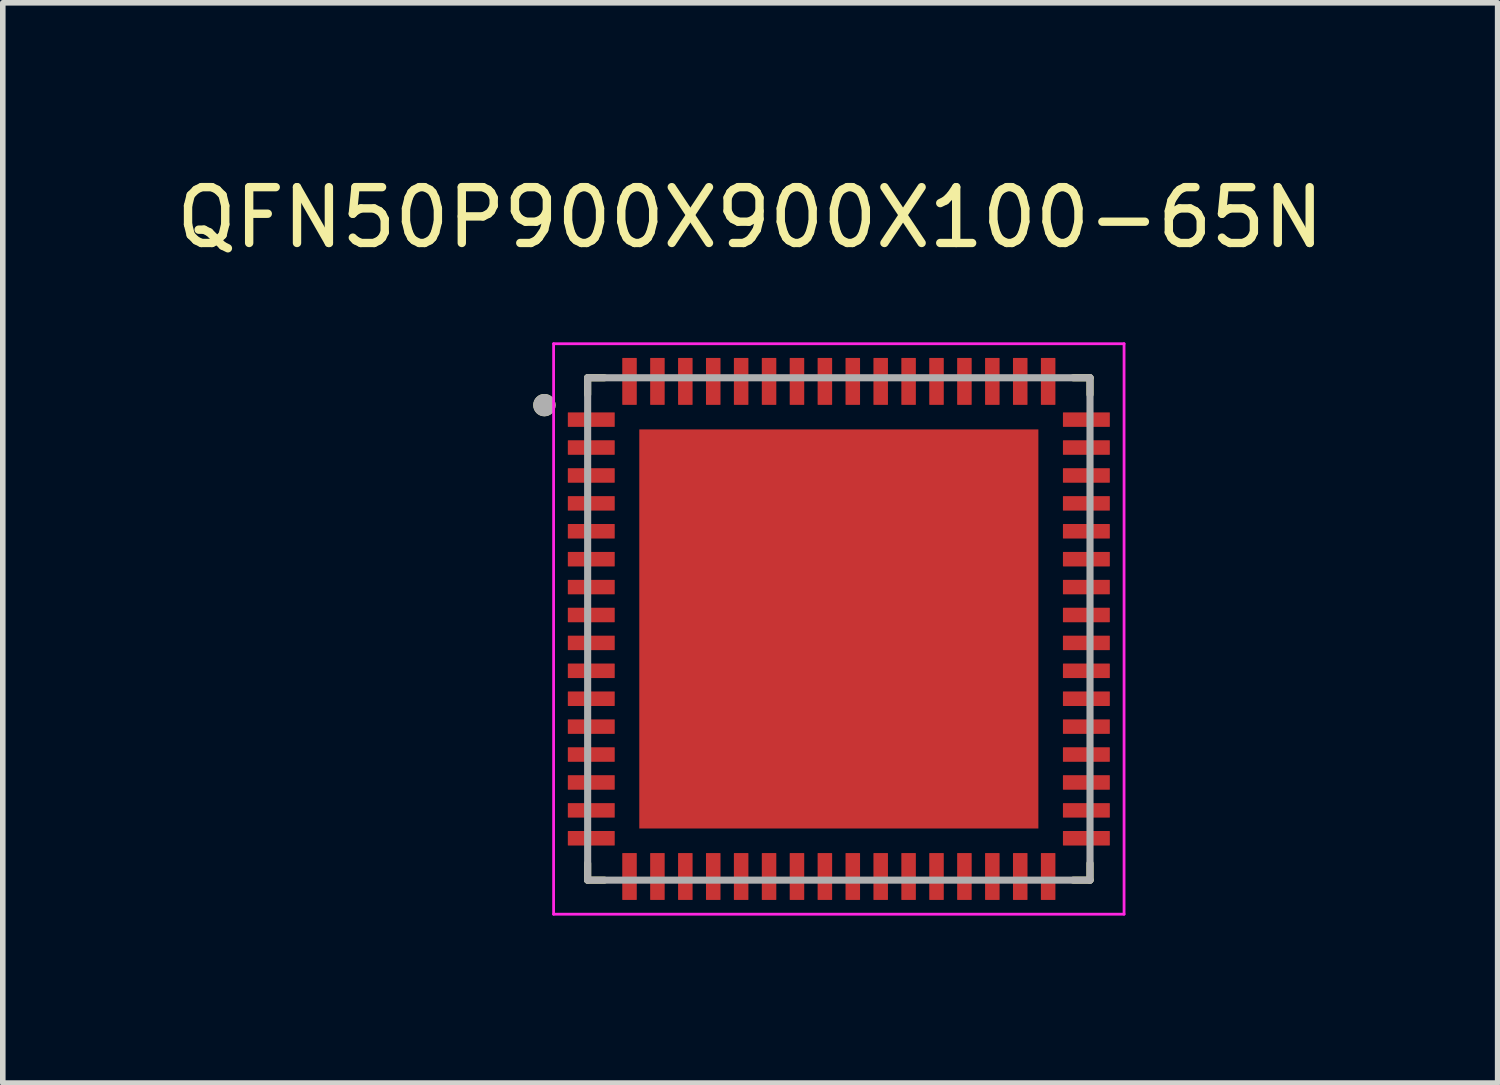
<source format=kicad_pcb>
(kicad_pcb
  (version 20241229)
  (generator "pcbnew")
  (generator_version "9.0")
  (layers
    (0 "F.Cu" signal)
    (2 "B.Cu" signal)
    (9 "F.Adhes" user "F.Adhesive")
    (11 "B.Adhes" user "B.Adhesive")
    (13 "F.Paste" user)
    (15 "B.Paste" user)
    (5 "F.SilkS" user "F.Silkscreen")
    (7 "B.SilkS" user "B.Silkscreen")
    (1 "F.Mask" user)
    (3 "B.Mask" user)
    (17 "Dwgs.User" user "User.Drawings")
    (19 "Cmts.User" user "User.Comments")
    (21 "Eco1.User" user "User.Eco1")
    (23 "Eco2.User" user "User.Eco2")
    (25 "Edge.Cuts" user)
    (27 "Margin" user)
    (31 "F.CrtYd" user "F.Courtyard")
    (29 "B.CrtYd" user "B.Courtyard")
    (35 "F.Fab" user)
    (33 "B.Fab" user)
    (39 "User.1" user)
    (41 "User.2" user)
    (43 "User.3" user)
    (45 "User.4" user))
  (footprint "QFN50P900X900X100-65N"
    (layer "F.Cu")
    (at 11.978 8.218)
    (property "Reference" "QFN50P900X900X100-65N" (at -1.588 -7.37 0) (layer "F.SilkS") (effects (font (size 1 1) (thickness 0.15))))
    (attr through_hole)
    (fp_line (start -4.5 -4.5) (end -4.5 -4.2) (stroke (width 0.127) (type solid)) (layer "F.SilkS"))
    (fp_line (start -4.5 4.5) (end -4.5 4.2) (stroke (width 0.127) (type solid)) (layer "F.SilkS"))
    (fp_line (start -4.2 -4.5) (end -4.5 -4.5) (stroke (width 0.127) (type solid)) (layer "F.SilkS"))
    (fp_line (start -4.2 4.5) (end -4.5 4.5) (stroke (width 0.127) (type solid)) (layer "F.SilkS"))
    (fp_line (start 4.2 -4.5) (end 4.5 -4.5) (stroke (width 0.127) (type solid)) (layer "F.SilkS"))
    (fp_line (start 4.2 4.5) (end 4.5 4.5) (stroke (width 0.127) (type solid)) (layer "F.SilkS"))
    (fp_line (start 4.5 -4.5) (end 4.5 -4.2) (stroke (width 0.127) (type solid)) (layer "F.SilkS"))
    (fp_line (start 4.5 4.5) (end 4.5 4.2) (stroke (width 0.127) (type solid)) (layer "F.SilkS"))
    (fp_circle (center -5.275 -4.01) (end -5.175 -4.01) (stroke (width 0.2) (type solid)) (fill no) (layer "F.SilkS"))
    (fp_poly (pts (xy -2.251 -2.25) (xy 2.25 -2.25) (xy 2.25 2.251) (xy -2.251 2.251)) (stroke (width 0.01) (type solid)) (fill yes) (layer "F.Paste"))
    (fp_line (start -5.11 -5.11) (end 5.11 -5.11) (stroke (width 0.05) (type solid)) (layer "F.CrtYd"))
    (fp_line (start -5.11 5.11) (end -5.11 -5.11) (stroke (width 0.05) (type solid)) (layer "F.CrtYd"))
    (fp_line (start -5.11 5.11) (end 5.11 5.11) (stroke (width 0.05) (type solid)) (layer "F.CrtYd"))
    (fp_line (start 5.11 5.11) (end 5.11 -5.11) (stroke (width 0.05) (type solid)) (layer "F.CrtYd"))
    (fp_line (start -4.5 4.5) (end -4.5 -4.5) (stroke (width 0.127) (type solid)) (layer "F.Fab"))
    (fp_line (start 4.5 -4.5) (end -4.5 -4.5) (stroke (width 0.127) (type solid)) (layer "F.Fab"))
    (fp_line (start 4.5 4.5) (end -4.5 4.5) (stroke (width 0.127) (type solid)) (layer "F.Fab"))
    (fp_line (start 4.5 4.5) (end 4.5 -4.5) (stroke (width 0.127) (type solid)) (layer "F.Fab"))
    (fp_circle (center -5.275 -4.01) (end -5.175 -4.01) (stroke (width 0.2) (type solid)) (fill no) (layer "F.Fab"))
    (pad "1" smd roundrect (at -4.435 -3.75) (size 0.84 0.26) (layers "F.Cu" "F.Mask" "F.Paste") (roundrect_rratio 0.03))
    (pad "2" smd roundrect (at -4.435 -3.25) (size 0.84 0.26) (layers "F.Cu" "F.Mask" "F.Paste") (roundrect_rratio 0.03))
    (pad "3" smd roundrect (at -4.435 -2.75) (size 0.84 0.26) (layers "F.Cu" "F.Mask" "F.Paste") (roundrect_rratio 0.03))
    (pad "4" smd roundrect (at -4.435 -2.25) (size 0.84 0.26) (layers "F.Cu" "F.Mask" "F.Paste") (roundrect_rratio 0.03))
    (pad "5" smd roundrect (at -4.435 -1.75) (size 0.84 0.26) (layers "F.Cu" "F.Mask" "F.Paste") (roundrect_rratio 0.03))
    (pad "6" smd roundrect (at -4.435 -1.25) (size 0.84 0.26) (layers "F.Cu" "F.Mask" "F.Paste") (roundrect_rratio 0.03))
    (pad "7" smd roundrect (at -4.435 -0.75) (size 0.84 0.26) (layers "F.Cu" "F.Mask" "F.Paste") (roundrect_rratio 0.03))
    (pad "8" smd roundrect (at -4.435 -0.25) (size 0.84 0.26) (layers "F.Cu" "F.Mask" "F.Paste") (roundrect_rratio 0.03))
    (pad "9" smd roundrect (at -4.435 0.25) (size 0.84 0.26) (layers "F.Cu" "F.Mask" "F.Paste") (roundrect_rratio 0.03))
    (pad "10" smd roundrect (at -4.435 0.75) (size 0.84 0.26) (layers "F.Cu" "F.Mask" "F.Paste") (roundrect_rratio 0.03))
    (pad "11" smd roundrect (at -4.435 1.25) (size 0.84 0.26) (layers "F.Cu" "F.Mask" "F.Paste") (roundrect_rratio 0.03))
    (pad "12" smd roundrect (at -4.435 1.75) (size 0.84 0.26) (layers "F.Cu" "F.Mask" "F.Paste") (roundrect_rratio 0.03))
    (pad "13" smd roundrect (at -4.435 2.25) (size 0.84 0.26) (layers "F.Cu" "F.Mask" "F.Paste") (roundrect_rratio 0.03))
    (pad "14" smd roundrect (at -4.435 2.75) (size 0.84 0.26) (layers "F.Cu" "F.Mask" "F.Paste") (roundrect_rratio 0.03))
    (pad "15" smd roundrect (at -4.435 3.25) (size 0.84 0.26) (layers "F.Cu" "F.Mask" "F.Paste") (roundrect_rratio 0.03))
    (pad "16" smd roundrect (at -4.435 3.75) (size 0.84 0.26) (layers "F.Cu" "F.Mask" "F.Paste") (roundrect_rratio 0.03))
    (pad "17" smd roundrect (at -3.75 4.435) (size 0.26 0.84) (layers "F.Cu" "F.Mask" "F.Paste") (roundrect_rratio 0.03))
    (pad "18" smd roundrect (at -3.25 4.435) (size 0.26 0.84) (layers "F.Cu" "F.Mask" "F.Paste") (roundrect_rratio 0.03))
    (pad "19" smd roundrect (at -2.75 4.435) (size 0.26 0.84) (layers "F.Cu" "F.Mask" "F.Paste") (roundrect_rratio 0.03))
    (pad "20" smd roundrect (at -2.25 4.435) (size 0.26 0.84) (layers "F.Cu" "F.Mask" "F.Paste") (roundrect_rratio 0.03))
    (pad "21" smd roundrect (at -1.75 4.435) (size 0.26 0.84) (layers "F.Cu" "F.Mask" "F.Paste") (roundrect_rratio 0.03))
    (pad "22" smd roundrect (at -1.25 4.435) (size 0.26 0.84) (layers "F.Cu" "F.Mask" "F.Paste") (roundrect_rratio 0.03))
    (pad "23" smd roundrect (at -0.75 4.435) (size 0.26 0.84) (layers "F.Cu" "F.Mask" "F.Paste") (roundrect_rratio 0.03))
    (pad "24" smd roundrect (at -0.25 4.435) (size 0.26 0.84) (layers "F.Cu" "F.Mask" "F.Paste") (roundrect_rratio 0.03))
    (pad "25" smd roundrect (at 0.25 4.435) (size 0.26 0.84) (layers "F.Cu" "F.Mask" "F.Paste") (roundrect_rratio 0.03))
    (pad "26" smd roundrect (at 0.75 4.435) (size 0.26 0.84) (layers "F.Cu" "F.Mask" "F.Paste") (roundrect_rratio 0.03))
    (pad "27" smd roundrect (at 1.25 4.435) (size 0.26 0.84) (layers "F.Cu" "F.Mask" "F.Paste") (roundrect_rratio 0.03))
    (pad "28" smd roundrect (at 1.75 4.435) (size 0.26 0.84) (layers "F.Cu" "F.Mask" "F.Paste") (roundrect_rratio 0.03))
    (pad "29" smd roundrect (at 2.25 4.435) (size 0.26 0.84) (layers "F.Cu" "F.Mask" "F.Paste") (roundrect_rratio 0.03))
    (pad "30" smd roundrect (at 2.75 4.435) (size 0.26 0.84) (layers "F.Cu" "F.Mask" "F.Paste") (roundrect_rratio 0.03))
    (pad "31" smd roundrect (at 3.25 4.435) (size 0.26 0.84) (layers "F.Cu" "F.Mask" "F.Paste") (roundrect_rratio 0.03))
    (pad "32" smd roundrect (at 3.75 4.435) (size 0.26 0.84) (layers "F.Cu" "F.Mask" "F.Paste") (roundrect_rratio 0.03))
    (pad "33" smd roundrect (at 4.435 3.75) (size 0.84 0.26) (layers "F.Cu" "F.Mask" "F.Paste") (roundrect_rratio 0.03))
    (pad "34" smd roundrect (at 4.435 3.25) (size 0.84 0.26) (layers "F.Cu" "F.Mask" "F.Paste") (roundrect_rratio 0.03))
    (pad "35" smd roundrect (at 4.435 2.75) (size 0.84 0.26) (layers "F.Cu" "F.Mask" "F.Paste") (roundrect_rratio 0.03))
    (pad "36" smd roundrect (at 4.435 2.25) (size 0.84 0.26) (layers "F.Cu" "F.Mask" "F.Paste") (roundrect_rratio 0.03))
    (pad "37" smd roundrect (at 4.435 1.75) (size 0.84 0.26) (layers "F.Cu" "F.Mask" "F.Paste") (roundrect_rratio 0.03))
    (pad "38" smd roundrect (at 4.435 1.25) (size 0.84 0.26) (layers "F.Cu" "F.Mask" "F.Paste") (roundrect_rratio 0.03))
    (pad "39" smd roundrect (at 4.435 0.75) (size 0.84 0.26) (layers "F.Cu" "F.Mask" "F.Paste") (roundrect_rratio 0.03))
    (pad "40" smd roundrect (at 4.435 0.25) (size 0.84 0.26) (layers "F.Cu" "F.Mask" "F.Paste") (roundrect_rratio 0.03))
    (pad "41" smd roundrect (at 4.435 -0.25) (size 0.84 0.26) (layers "F.Cu" "F.Mask" "F.Paste") (roundrect_rratio 0.03))
    (pad "42" smd roundrect (at 4.435 -0.75) (size 0.84 0.26) (layers "F.Cu" "F.Mask" "F.Paste") (roundrect_rratio 0.03))
    (pad "43" smd roundrect (at 4.435 -1.25) (size 0.84 0.26) (layers "F.Cu" "F.Mask" "F.Paste") (roundrect_rratio 0.03))
    (pad "44" smd roundrect (at 4.435 -1.75) (size 0.84 0.26) (layers "F.Cu" "F.Mask" "F.Paste") (roundrect_rratio 0.03))
    (pad "45" smd roundrect (at 4.435 -2.25) (size 0.84 0.26) (layers "F.Cu" "F.Mask" "F.Paste") (roundrect_rratio 0.03))
    (pad "46" smd roundrect (at 4.435 -2.75) (size 0.84 0.26) (layers "F.Cu" "F.Mask" "F.Paste") (roundrect_rratio 0.03))
    (pad "47" smd roundrect (at 4.435 -3.25) (size 0.84 0.26) (layers "F.Cu" "F.Mask" "F.Paste") (roundrect_rratio 0.03))
    (pad "48" smd roundrect (at 4.435 -3.75) (size 0.84 0.26) (layers "F.Cu" "F.Mask" "F.Paste") (roundrect_rratio 0.03))
    (pad "49" smd roundrect (at 3.75 -4.435) (size 0.26 0.84) (layers "F.Cu" "F.Mask" "F.Paste") (roundrect_rratio 0.03))
    (pad "50" smd roundrect (at 3.25 -4.435) (size 0.26 0.84) (layers "F.Cu" "F.Mask" "F.Paste") (roundrect_rratio 0.03))
    (pad "51" smd roundrect (at 2.75 -4.435) (size 0.26 0.84) (layers "F.Cu" "F.Mask" "F.Paste") (roundrect_rratio 0.03))
    (pad "52" smd roundrect (at 2.25 -4.435) (size 0.26 0.84) (layers "F.Cu" "F.Mask" "F.Paste") (roundrect_rratio 0.03))
    (pad "53" smd roundrect (at 1.75 -4.435) (size 0.26 0.84) (layers "F.Cu" "F.Mask" "F.Paste") (roundrect_rratio 0.03))
    (pad "54" smd roundrect (at 1.25 -4.435) (size 0.26 0.84) (layers "F.Cu" "F.Mask" "F.Paste") (roundrect_rratio 0.03))
    (pad "55" smd roundrect (at 0.75 -4.435) (size 0.26 0.84) (layers "F.Cu" "F.Mask" "F.Paste") (roundrect_rratio 0.03))
    (pad "56" smd roundrect (at 0.25 -4.435) (size 0.26 0.84) (layers "F.Cu" "F.Mask" "F.Paste") (roundrect_rratio 0.03))
    (pad "57" smd roundrect (at -0.25 -4.435) (size 0.26 0.84) (layers "F.Cu" "F.Mask" "F.Paste") (roundrect_rratio 0.03))
    (pad "58" smd roundrect (at -0.75 -4.435) (size 0.26 0.84) (layers "F.Cu" "F.Mask" "F.Paste") (roundrect_rratio 0.03))
    (pad "59" smd roundrect (at -1.25 -4.435) (size 0.26 0.84) (layers "F.Cu" "F.Mask" "F.Paste") (roundrect_rratio 0.03))
    (pad "60" smd roundrect (at -1.75 -4.435) (size 0.26 0.84) (layers "F.Cu" "F.Mask" "F.Paste") (roundrect_rratio 0.03))
    (pad "61" smd roundrect (at -2.25 -4.435) (size 0.26 0.84) (layers "F.Cu" "F.Mask" "F.Paste") (roundrect_rratio 0.03))
    (pad "62" smd roundrect (at -2.75 -4.435) (size 0.26 0.84) (layers "F.Cu" "F.Mask" "F.Paste") (roundrect_rratio 0.03))
    (pad "63" smd roundrect (at -3.25 -4.435) (size 0.26 0.84) (layers "F.Cu" "F.Mask" "F.Paste") (roundrect_rratio 0.03))
    (pad "64" smd roundrect (at -3.75 -4.435) (size 0.26 0.84) (layers "F.Cu" "F.Mask" "F.Paste") (roundrect_rratio 0.03))
    (pad "65" smd rect (at 0 0) (size 7.15 7.15) (layers "F.Cu" "F.Mask")))
  (gr_rect
    (start -3 -3)
    (end 23.781 16.353)
    (stroke (width 0.1) (type default))
    (fill no)
    (layer "Edge.Cuts")))
</source>
